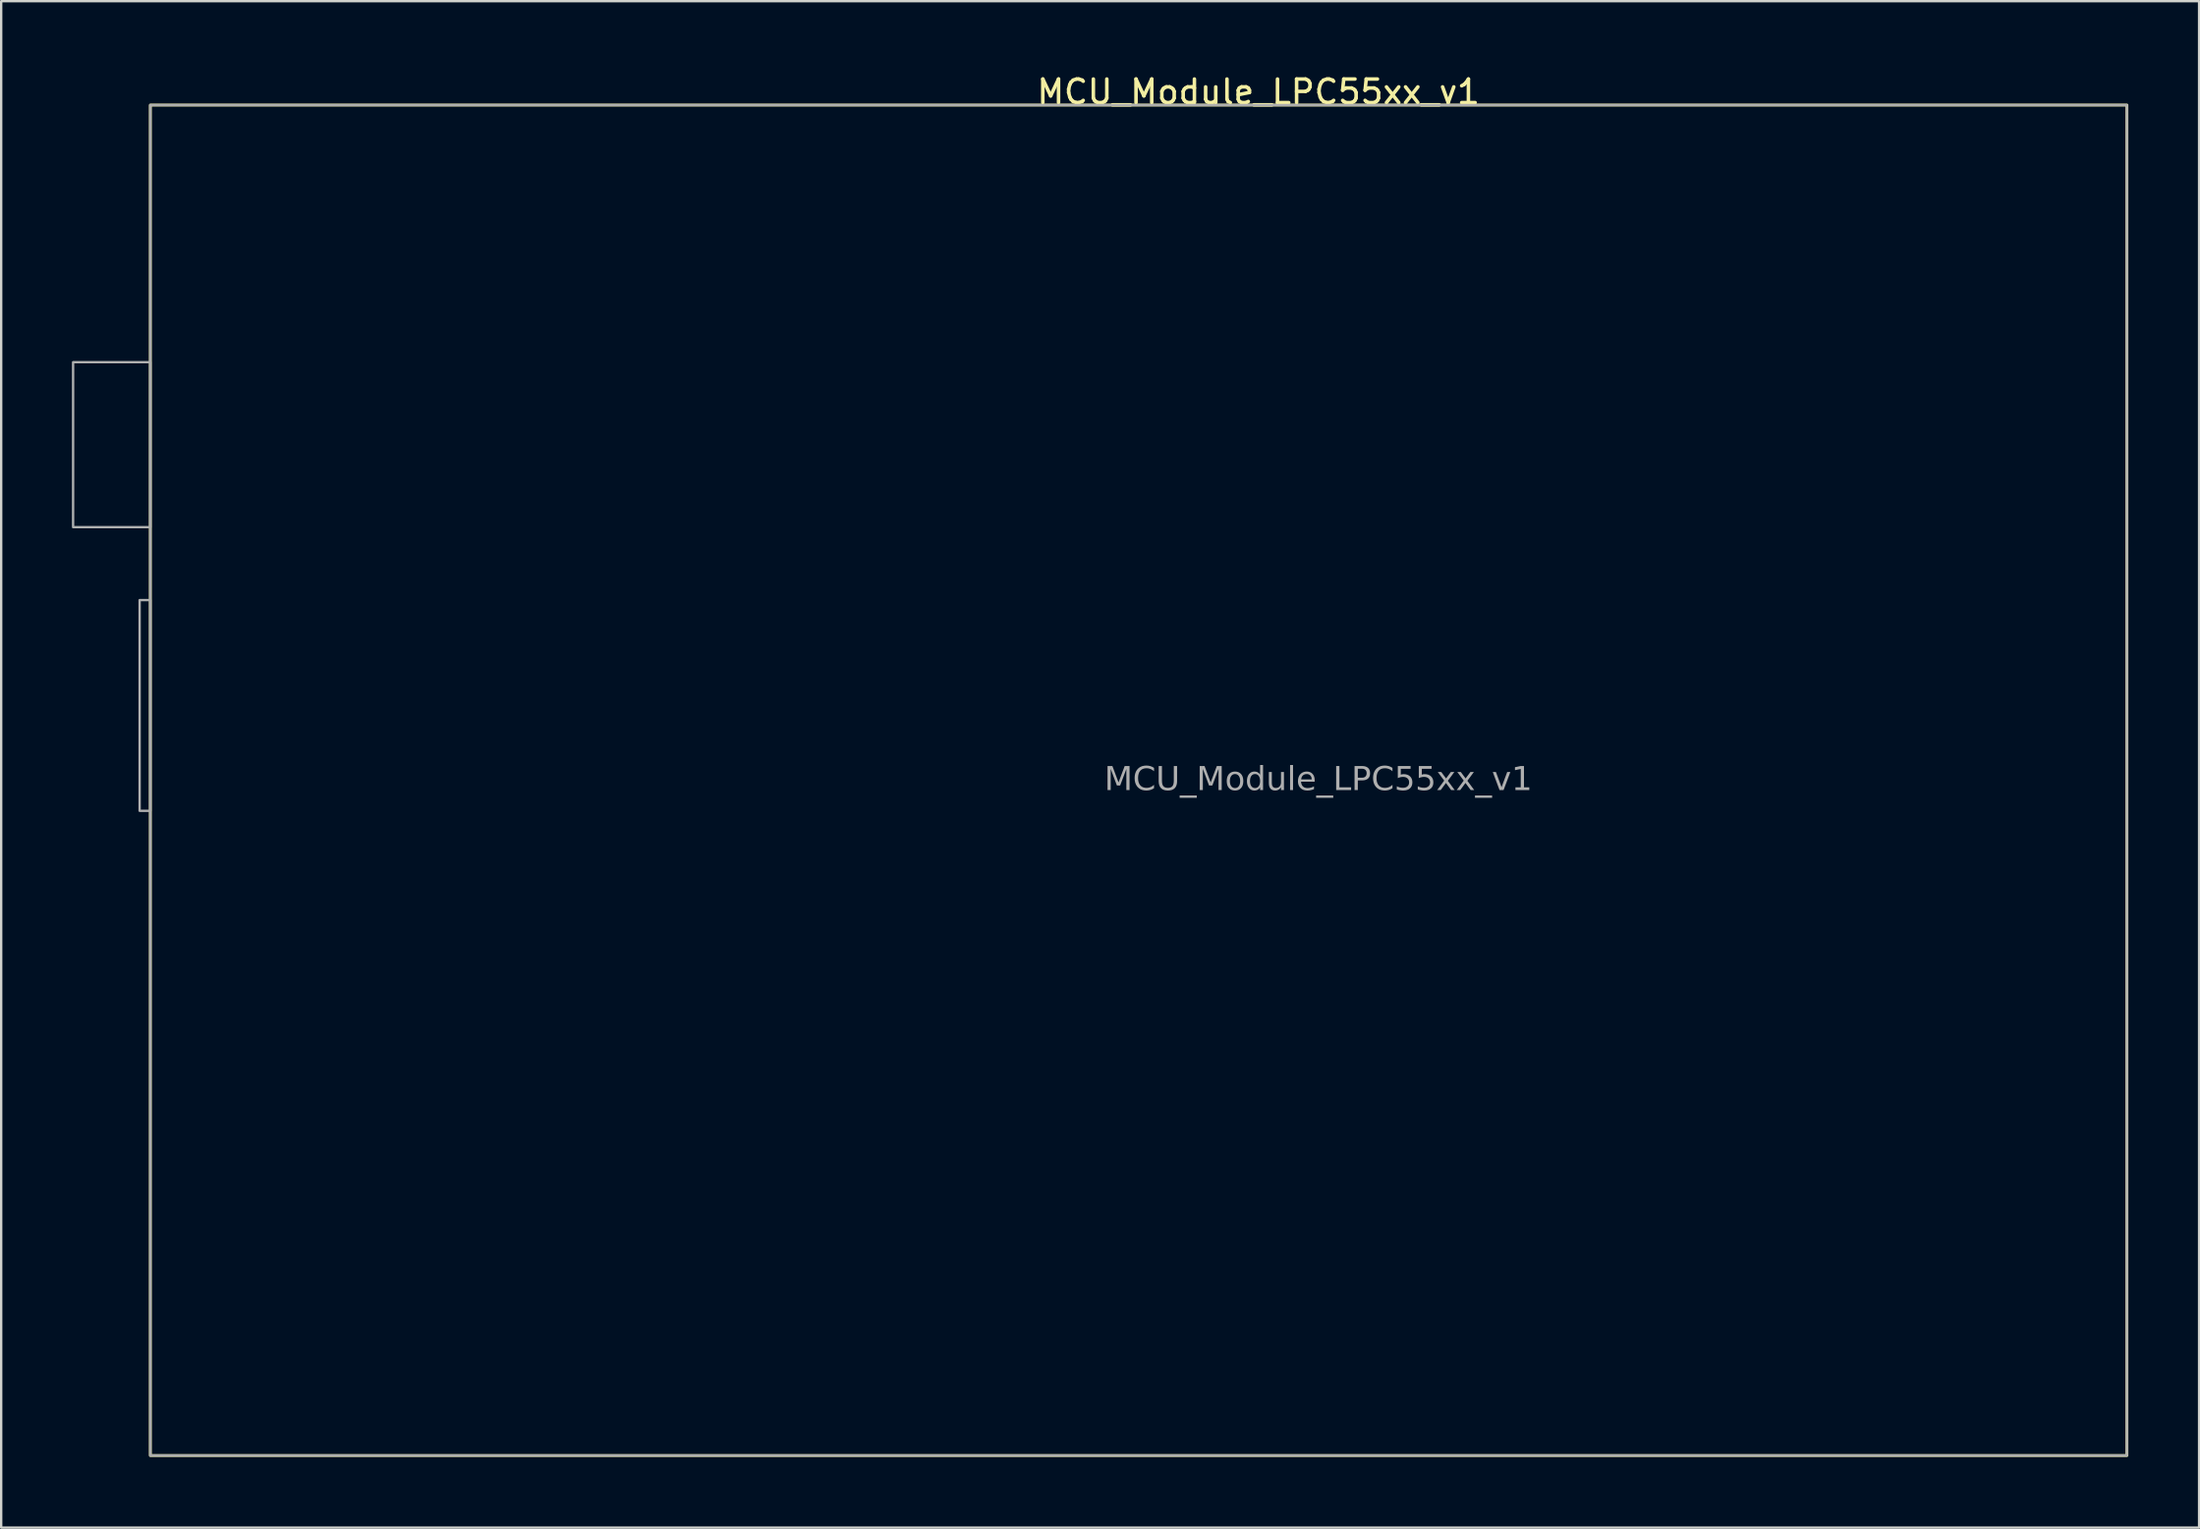
<source format=kicad_pcb>
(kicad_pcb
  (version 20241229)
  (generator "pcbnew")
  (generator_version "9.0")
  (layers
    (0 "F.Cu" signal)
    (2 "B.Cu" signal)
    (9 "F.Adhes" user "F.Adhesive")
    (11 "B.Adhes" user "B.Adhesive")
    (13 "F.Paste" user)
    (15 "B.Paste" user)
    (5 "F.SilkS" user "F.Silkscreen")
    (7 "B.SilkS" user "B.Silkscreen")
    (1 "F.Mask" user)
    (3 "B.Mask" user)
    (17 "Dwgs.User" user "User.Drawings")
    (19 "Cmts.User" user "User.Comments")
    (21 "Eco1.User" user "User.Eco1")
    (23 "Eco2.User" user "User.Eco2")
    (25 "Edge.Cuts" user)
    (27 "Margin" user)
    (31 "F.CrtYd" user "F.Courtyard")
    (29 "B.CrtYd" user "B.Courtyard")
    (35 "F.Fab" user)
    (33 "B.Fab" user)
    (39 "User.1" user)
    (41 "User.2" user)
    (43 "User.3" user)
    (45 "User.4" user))
  (footprint "MCU_Module_LPC55xx_v1"
    (layer "F.Cu")
    (at 52.855 30.058)
    (property "Reference" "MCU_Module_LPC55xx_v1" (at -2.54 -29.21 0) (layer "F.SilkS") (effects (font (size 1 1) (thickness 0.15))))
    (attr exclude_from_pos_files allow_missing_courtyard)
    (fp_rect (start -49.53 -28.65) (end 34.29 28.65) (stroke (width 0.12) (type default)) (fill no) (layer "F.SilkS"))
    (fp_rect (start -52.805 -17.74) (end -49.53 -10.74) (stroke (width 0.1) (type default)) (fill no) (layer "F.Fab"))
    (fp_rect (start -49.984 -7.645) (end -49.53 1.295) (stroke (width 0.1) (type default)) (fill no) (layer "F.Fab"))
    (fp_rect (start -49.53 -28.65) (end 34.29 28.65) (stroke (width 0.1) (type default)) (fill no) (layer "F.Fab"))
    (fp_text user "${REFERENCE}" (at 0 0 0) (layer "F.Fab") (effects (font (face "Tahoma") (size 1 1) (thickness 0.15)))))
  (gr_rect
    (start -3 -3)
    (end 90.205 61.768)
    (stroke (width 0.1) (type default))
    (fill no)
    (layer "Edge.Cuts")))
</source>
